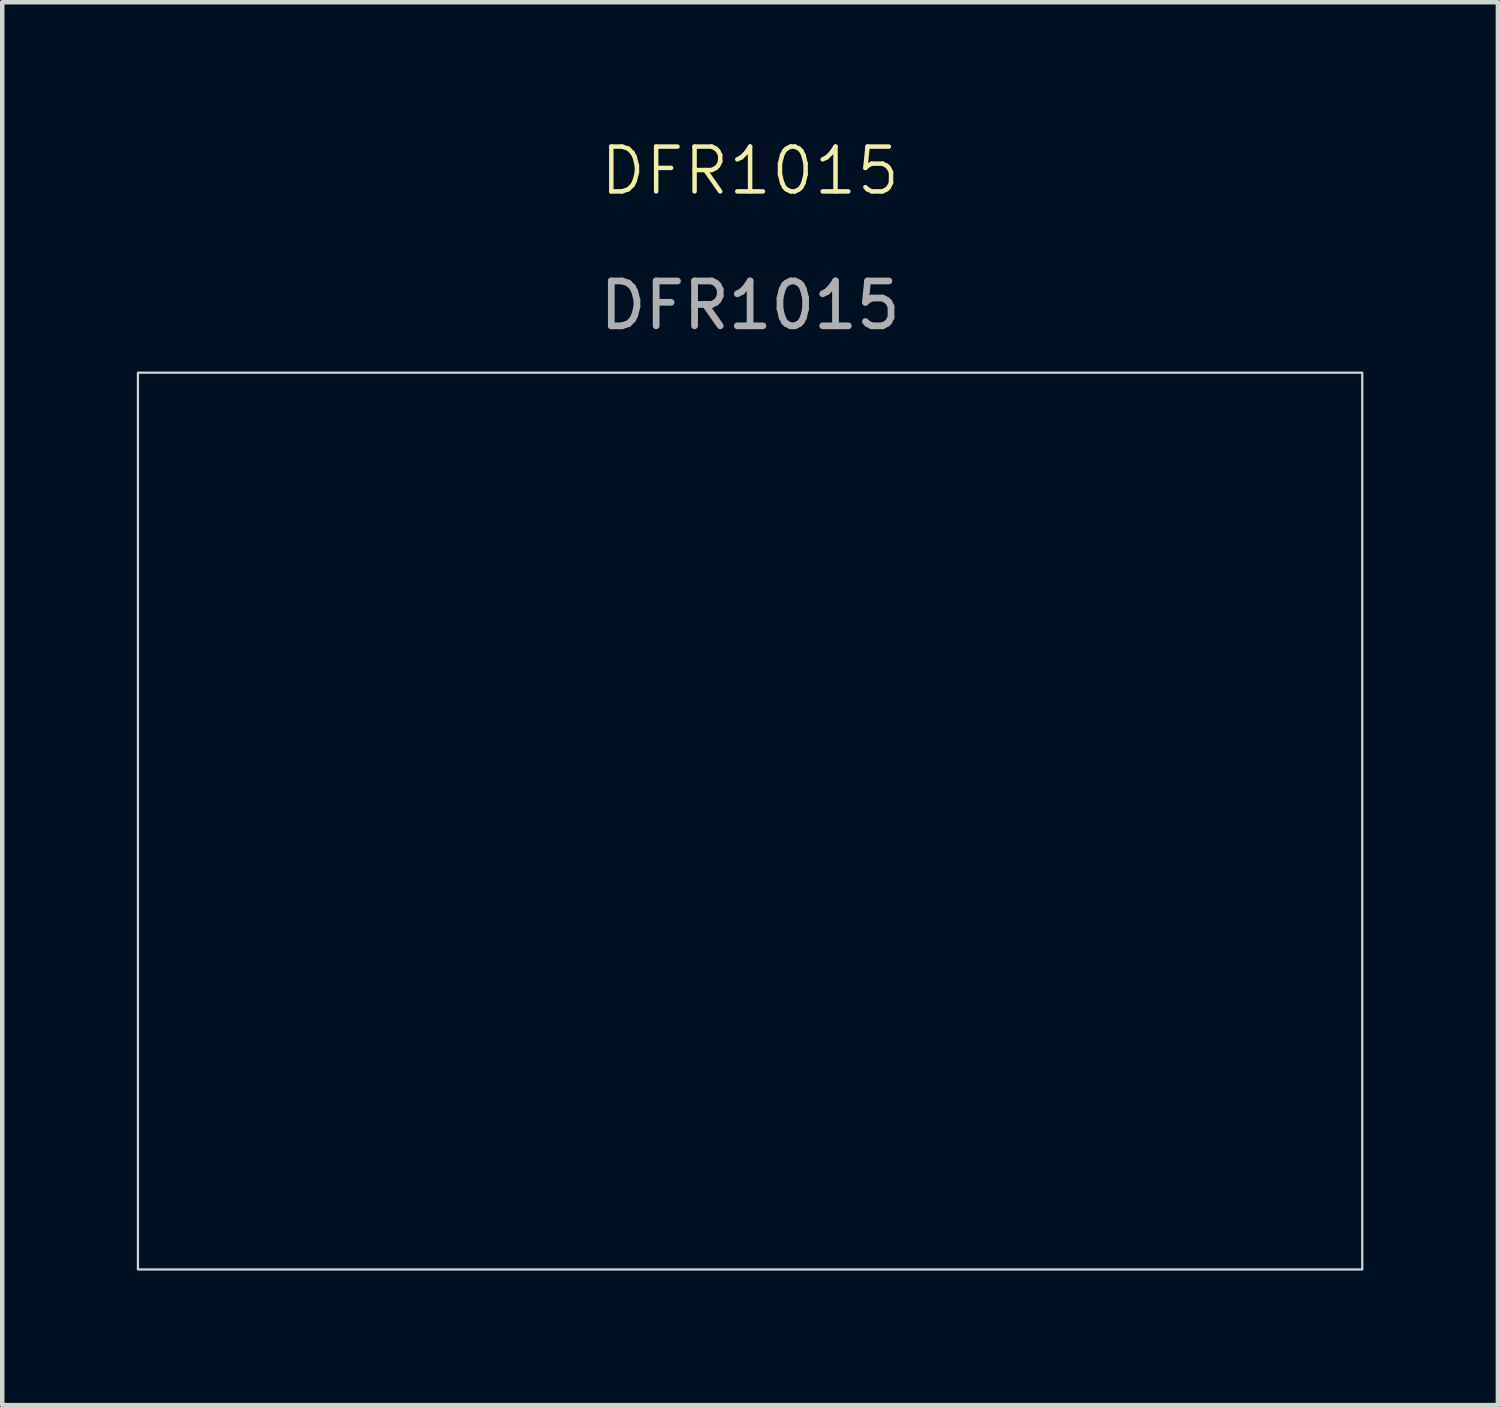
<source format=kicad_pcb>
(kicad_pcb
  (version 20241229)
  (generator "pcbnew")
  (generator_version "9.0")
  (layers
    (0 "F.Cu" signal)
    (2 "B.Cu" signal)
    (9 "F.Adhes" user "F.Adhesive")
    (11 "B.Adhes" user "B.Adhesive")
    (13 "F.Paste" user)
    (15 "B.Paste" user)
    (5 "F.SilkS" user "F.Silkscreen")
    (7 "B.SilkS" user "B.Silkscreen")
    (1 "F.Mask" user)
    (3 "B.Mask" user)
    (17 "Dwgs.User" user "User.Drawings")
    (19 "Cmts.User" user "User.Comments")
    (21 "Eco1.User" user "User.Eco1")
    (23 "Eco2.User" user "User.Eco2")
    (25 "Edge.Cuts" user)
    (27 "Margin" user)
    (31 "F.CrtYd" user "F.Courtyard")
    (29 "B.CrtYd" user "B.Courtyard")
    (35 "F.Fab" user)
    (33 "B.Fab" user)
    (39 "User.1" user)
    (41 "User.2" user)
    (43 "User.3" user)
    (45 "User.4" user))
  (footprint "DFR1015"
    (layer "F.Cu")
    (at 13.678 15.261)
    (property "Reference" "DFR1015" (at 0 -14.5 0) (unlocked yes) (layer "F.SilkS") (effects (font (size 1 1) (thickness 0.1))))
    (attr smd)
    (fp_rect (start -13.652 -10) (end 13.652 10) (stroke (width 0.05) (type solid)) (fill no) (layer "Edge.Cuts"))
    (fp_text user "${REFERENCE}" (at 0 -11.5 0) (unlocked yes) (layer "F.Fab") (effects (font (size 1 1) (thickness 0.15)))))
  (gr_rect
    (start -3 -3)
    (end 30.355 28.285)
    (stroke (width 0.1) (type default))
    (fill no)
    (layer "Edge.Cuts")))
</source>
